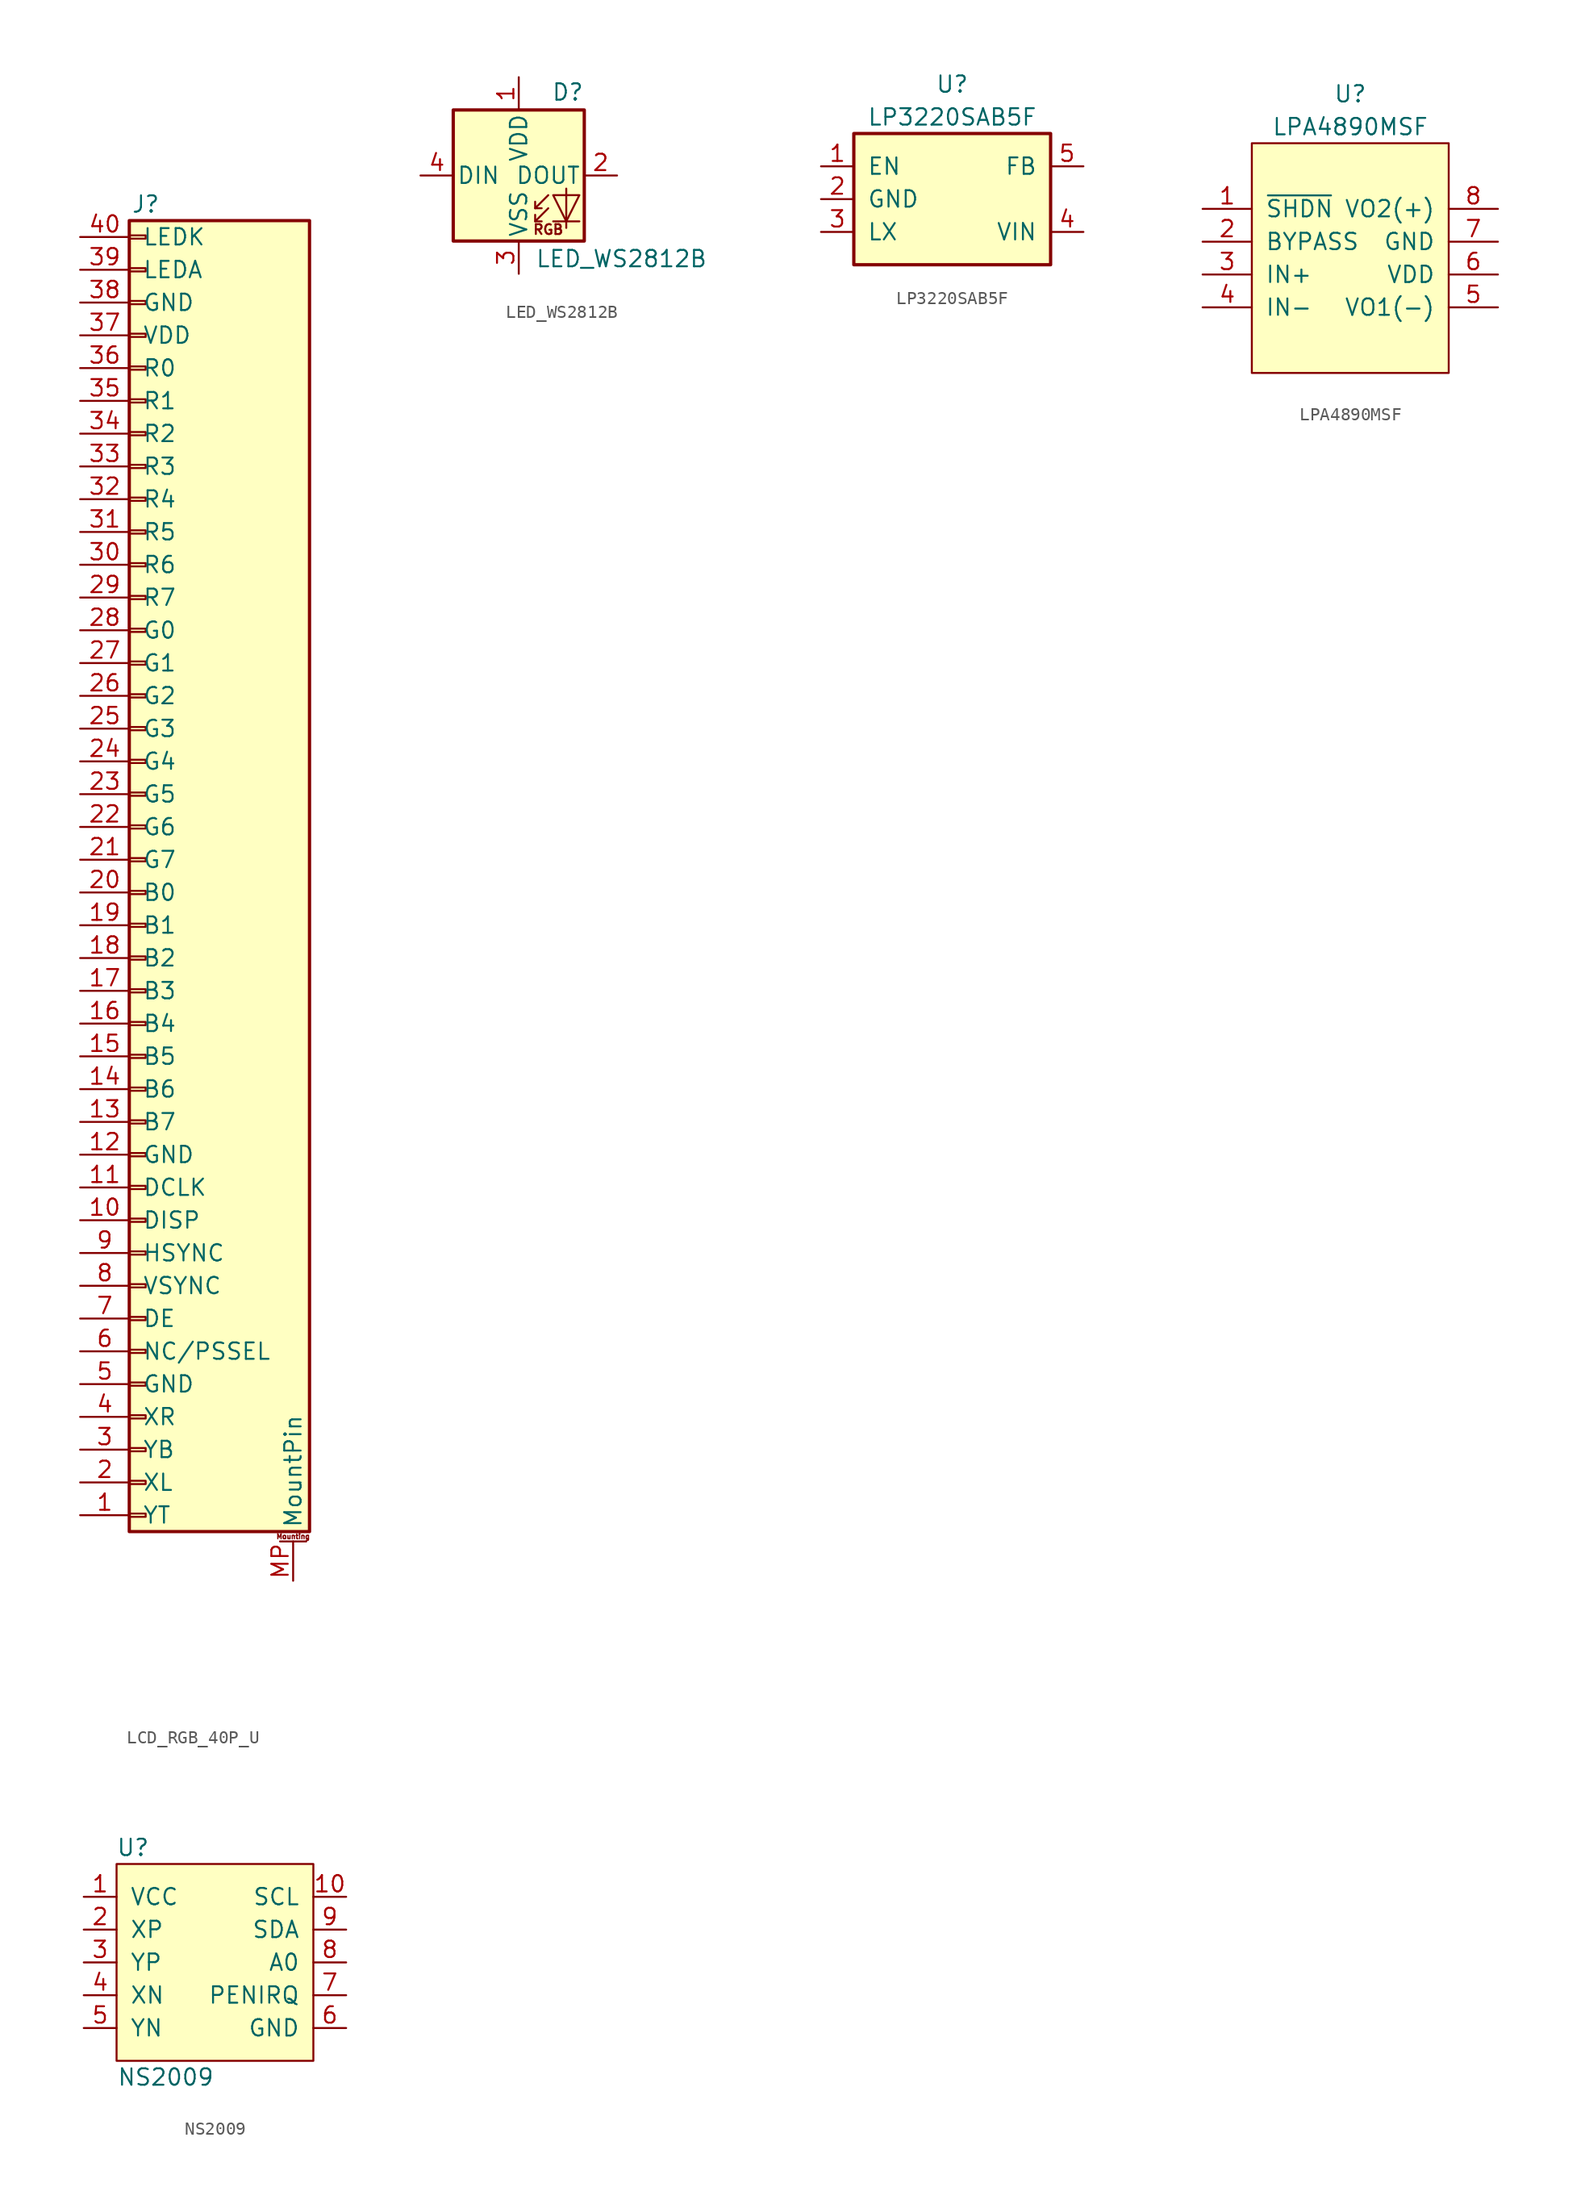
<source format=kicad_sym>
(kicad_symbol_lib
  (version 20210619)
  (generator kicad_symbol_editor)
  (symbol "0_MyLib:LCD_RGB_40P_U"
    (pin_names
      (offset 1.016))
    (property "Reference" "J"
      (at 0 50.8 0)
      (effects (font (size 1.27 1.27))))
    (symbol "LCD_RGB_40P_U_1_1"
      (text "Mounting" (at 11.43 -52.451 0) (effects (font (size 0.381 0.381))))
      (rectangle (start -1.27 -50.673) (end 0 -50.927) (stroke (width 0.152)) (fill (type none)))
      (rectangle (start -1.27 -48.133) (end 0 -48.387) (stroke (width 0.152)) (fill (type none)))
      (rectangle (start -1.27 -45.593) (end 0 -45.847) (stroke (width 0.152)) (fill (type none)))
      (rectangle (start -1.27 -43.053) (end 0 -43.307) (stroke (width 0.152)) (fill (type none)))
      (rectangle (start -1.27 -40.513) (end 0 -40.767) (stroke (width 0.152)) (fill (type none)))
      (rectangle (start -1.27 -37.973) (end 0 -38.227) (stroke (width 0.152)) (fill (type none)))
      (rectangle (start -1.27 -35.433) (end 0 -35.687) (stroke (width 0.152)) (fill (type none)))
      (rectangle (start -1.27 -32.893) (end 0 -33.147) (stroke (width 0.152)) (fill (type none)))
      (rectangle (start -1.27 -30.353) (end 0 -30.607) (stroke (width 0.152)) (fill (type none)))
      (rectangle (start -1.27 -27.813) (end 0 -28.067) (stroke (width 0.152)) (fill (type none)))
      (rectangle (start -1.27 -25.273) (end 0 -25.527) (stroke (width 0.152)) (fill (type none)))
      (rectangle (start -1.27 -22.733) (end 0 -22.987) (stroke (width 0.152)) (fill (type none)))
      (rectangle (start -1.27 -20.193) (end 0 -20.447) (stroke (width 0.152)) (fill (type none)))
      (rectangle (start -1.27 -17.653) (end 0 -17.907) (stroke (width 0.152)) (fill (type none)))
      (rectangle (start -1.27 -15.113) (end 0 -15.367) (stroke (width 0.152)) (fill (type none)))
      (rectangle (start -1.27 -12.573) (end 0 -12.827) (stroke (width 0.152)) (fill (type none)))
      (rectangle (start -1.27 -10.033) (end 0 -10.287) (stroke (width 0.152)) (fill (type none)))
      (rectangle (start -1.27 -7.493) (end 0 -7.747) (stroke (width 0.152)) (fill (type none)))
      (rectangle (start -1.27 -4.953) (end 0 -5.207) (stroke (width 0.152)) (fill (type none)))
      (rectangle (start -1.27 -2.413) (end 0 -2.667) (stroke (width 0.152)) (fill (type none)))
      (rectangle (start -1.27 0.127) (end 0 -0.127) (stroke (width 0.152)) (fill (type none)))
      (rectangle (start -1.27 2.667) (end 0 2.413) (stroke (width 0.152)) (fill (type none)))
      (rectangle (start -1.27 5.207) (end 0 4.953) (stroke (width 0.152)) (fill (type none)))
      (rectangle (start -1.27 7.747) (end 0 7.493) (stroke (width 0.152)) (fill (type none)))
      (rectangle (start -1.27 10.287) (end 0 10.033) (stroke (width 0.152)) (fill (type none)))
      (rectangle (start -1.27 12.827) (end 0 12.573) (stroke (width 0.152)) (fill (type none)))
      (rectangle (start -1.27 15.367) (end 0 15.113) (stroke (width 0.152)) (fill (type none)))
      (rectangle (start -1.27 17.907) (end 0 17.653) (stroke (width 0.152)) (fill (type none)))
      (rectangle (start -1.27 20.447) (end 0 20.193) (stroke (width 0.152)) (fill (type none)))
      (rectangle (start -1.27 22.987) (end 0 22.733) (stroke (width 0.152)) (fill (type none)))
      (rectangle (start -1.27 25.527) (end 0 25.273) (stroke (width 0.152)) (fill (type none)))
      (rectangle (start -1.27 28.067) (end 0 27.813) (stroke (width 0.152)) (fill (type none)))
      (rectangle (start -1.27 30.607) (end 0 30.353) (stroke (width 0.152)) (fill (type none)))
      (rectangle (start -1.27 33.147) (end 0 32.893) (stroke (width 0.152)) (fill (type none)))
      (rectangle (start -1.27 35.687) (end 0 35.433) (stroke (width 0.152)) (fill (type none)))
      (rectangle (start -1.27 38.227) (end 0 37.973) (stroke (width 0.152)) (fill (type none)))
      (rectangle (start -1.27 40.767) (end 0 40.513) (stroke (width 0.152)) (fill (type none)))
      (rectangle (start -1.27 43.307) (end 0 43.053) (stroke (width 0.152)) (fill (type none)))
      (rectangle (start -1.27 45.847) (end 0 45.593) (stroke (width 0.152)) (fill (type none)))
      (rectangle (start -1.27 48.387) (end 0 48.133) (stroke (width 0.152)) (fill (type none)))
      (rectangle (start -1.27 49.53) (end 12.7 -52.07) (stroke (width 0.254)) (fill (type background)))
      (polyline (pts (xy 10.414 -52.832) (xy 12.446 -52.832)) (stroke (width 0.152)) (fill (type none)))
      (pin passive line (at -5.08 -50.8 0) (length 3.81) (name "YT" (effects (font (size 1.27 1.27)))) (number "1" (effects (font (size 1.27 1.27)))))
      (pin passive line (at -5.08 -27.94 0) (length 3.81) (name "DISP" (effects (font (size 1.27 1.27)))) (number "10" (effects (font (size 1.27 1.27)))))
      (pin passive line (at -5.08 -25.4 0) (length 3.81) (name "DCLK" (effects (font (size 1.27 1.27)))) (number "11" (effects (font (size 1.27 1.27)))))
      (pin passive line (at -5.08 -22.86 0) (length 3.81) (name "GND" (effects (font (size 1.27 1.27)))) (number "12" (effects (font (size 1.27 1.27)))))
      (pin passive line (at -5.08 -20.32 0) (length 3.81) (name "B7" (effects (font (size 1.27 1.27)))) (number "13" (effects (font (size 1.27 1.27)))))
      (pin passive line (at -5.08 -17.78 0) (length 3.81) (name "B6" (effects (font (size 1.27 1.27)))) (number "14" (effects (font (size 1.27 1.27)))))
      (pin passive line (at -5.08 -15.24 0) (length 3.81) (name "B5" (effects (font (size 1.27 1.27)))) (number "15" (effects (font (size 1.27 1.27)))))
      (pin passive line (at -5.08 -12.7 0) (length 3.81) (name "B4" (effects (font (size 1.27 1.27)))) (number "16" (effects (font (size 1.27 1.27)))))
      (pin passive line (at -5.08 -10.16 0) (length 3.81) (name "B3" (effects (font (size 1.27 1.27)))) (number "17" (effects (font (size 1.27 1.27)))))
      (pin passive line (at -5.08 -7.62 0) (length 3.81) (name "B2" (effects (font (size 1.27 1.27)))) (number "18" (effects (font (size 1.27 1.27)))))
      (pin passive line (at -5.08 -5.08 0) (length 3.81) (name "B1" (effects (font (size 1.27 1.27)))) (number "19" (effects (font (size 1.27 1.27)))))
      (pin passive line (at -5.08 -48.26 0) (length 3.81) (name "XL" (effects (font (size 1.27 1.27)))) (number "2" (effects (font (size 1.27 1.27)))))
      (pin passive line (at -5.08 -2.54 0) (length 3.81) (name "B0" (effects (font (size 1.27 1.27)))) (number "20" (effects (font (size 1.27 1.27)))))
      (pin passive line (at -5.08 0 0) (length 3.81) (name "G7" (effects (font (size 1.27 1.27)))) (number "21" (effects (font (size 1.27 1.27)))))
      (pin passive line (at -5.08 2.54 0) (length 3.81) (name "G6" (effects (font (size 1.27 1.27)))) (number "22" (effects (font (size 1.27 1.27)))))
      (pin passive line (at -5.08 5.08 0) (length 3.81) (name "G5" (effects (font (size 1.27 1.27)))) (number "23" (effects (font (size 1.27 1.27)))))
      (pin passive line (at -5.08 7.62 0) (length 3.81) (name "G4" (effects (font (size 1.27 1.27)))) (number "24" (effects (font (size 1.27 1.27)))))
      (pin passive line (at -5.08 10.16 0) (length 3.81) (name "G3" (effects (font (size 1.27 1.27)))) (number "25" (effects (font (size 1.27 1.27)))))
      (pin passive line (at -5.08 12.7 0) (length 3.81) (name "G2" (effects (font (size 1.27 1.27)))) (number "26" (effects (font (size 1.27 1.27)))))
      (pin passive line (at -5.08 15.24 0) (length 3.81) (name "G1" (effects (font (size 1.27 1.27)))) (number "27" (effects (font (size 1.27 1.27)))))
      (pin passive line (at -5.08 17.78 0) (length 3.81) (name "G0" (effects (font (size 1.27 1.27)))) (number "28" (effects (font (size 1.27 1.27)))))
      (pin passive line (at -5.08 20.32 0) (length 3.81) (name "R7" (effects (font (size 1.27 1.27)))) (number "29" (effects (font (size 1.27 1.27)))))
      (pin passive line (at -5.08 -45.72 0) (length 3.81) (name "YB" (effects (font (size 1.27 1.27)))) (number "3" (effects (font (size 1.27 1.27)))))
      (pin passive line (at -5.08 22.86 0) (length 3.81) (name "R6" (effects (font (size 1.27 1.27)))) (number "30" (effects (font (size 1.27 1.27)))))
      (pin passive line (at -5.08 25.4 0) (length 3.81) (name "R5" (effects (font (size 1.27 1.27)))) (number "31" (effects (font (size 1.27 1.27)))))
      (pin passive line (at -5.08 27.94 0) (length 3.81) (name "R4" (effects (font (size 1.27 1.27)))) (number "32" (effects (font (size 1.27 1.27)))))
      (pin passive line (at -5.08 30.48 0) (length 3.81) (name "R3" (effects (font (size 1.27 1.27)))) (number "33" (effects (font (size 1.27 1.27)))))
      (pin passive line (at -5.08 33.02 0) (length 3.81) (name "R2" (effects (font (size 1.27 1.27)))) (number "34" (effects (font (size 1.27 1.27)))))
      (pin passive line (at -5.08 35.56 0) (length 3.81) (name "R1" (effects (font (size 1.27 1.27)))) (number "35" (effects (font (size 1.27 1.27)))))
      (pin passive line (at -5.08 38.1 0) (length 3.81) (name "R0" (effects (font (size 1.27 1.27)))) (number "36" (effects (font (size 1.27 1.27)))))
      (pin passive line (at -5.08 40.64 0) (length 3.81) (name "VDD" (effects (font (size 1.27 1.27)))) (number "37" (effects (font (size 1.27 1.27)))))
      (pin passive line (at -5.08 43.18 0) (length 3.81) (name "GND" (effects (font (size 1.27 1.27)))) (number "38" (effects (font (size 1.27 1.27)))))
      (pin passive line (at -5.08 45.72 0) (length 3.81) (name "LEDA" (effects (font (size 1.27 1.27)))) (number "39" (effects (font (size 1.27 1.27)))))
      (pin passive line (at -5.08 -43.18 0) (length 3.81) (name "XR" (effects (font (size 1.27 1.27)))) (number "4" (effects (font (size 1.27 1.27)))))
      (pin passive line (at -5.08 48.26 0) (length 3.81) (name "LEDK" (effects (font (size 1.27 1.27)))) (number "40" (effects (font (size 1.27 1.27)))))
      (pin passive line (at -5.08 -40.64 0) (length 3.81) (name "GND" (effects (font (size 1.27 1.27)))) (number "5" (effects (font (size 1.27 1.27)))))
      (pin passive line (at -5.08 -38.1 0) (length 3.81) (name "NC/PSSEL" (effects (font (size 1.27 1.27)))) (number "6" (effects (font (size 1.27 1.27)))))
      (pin passive line (at -5.08 -35.56 0) (length 3.81) (name "DE" (effects (font (size 1.27 1.27)))) (number "7" (effects (font (size 1.27 1.27)))))
      (pin passive line (at -5.08 -33.02 0) (length 3.81) (name "VSYNC" (effects (font (size 1.27 1.27)))) (number "8" (effects (font (size 1.27 1.27)))))
      (pin passive line (at -5.08 -30.48 0) (length 3.81) (name "HSYNC" (effects (font (size 1.27 1.27)))) (number "9" (effects (font (size 1.27 1.27)))))
      (pin passive line (at 11.43 -55.88 90) (length 3.048) (name "MountPin" (effects (font (size 1.27 1.27)))) (number "MP" (effects (font (size 1.27 1.27)))))))
  (symbol "0_MyLib:LED_WS2812B"
    (pin_names
      (offset 0.254))
    (property "Reference" "D"
      (at 5.08 5.715 0)
      (effects (font (size 1.27 1.27)) (justify right bottom)))
    (property "Value" "LED_WS2812B"
      (at 1.27 -5.715 0)
      (effects (font (size 1.27 1.27)) (justify left top)))
    (symbol "LED_WS2812B_0_0"
      (text "RGB" (at 2.286 -4.191 0) (effects (font (size 0.762 0.762)))))
    (symbol "LED_WS2812B_0_1"
      (rectangle (start 5.08 5.08) (end -5.08 -5.08) (stroke (width 0.254)) (fill (type background)))
      (polyline (pts (xy 1.27 -3.556) (xy 1.778 -3.556)) (stroke (width 0)) (fill (type none)))
      (polyline (pts (xy 1.27 -2.54) (xy 1.778 -2.54)) (stroke (width 0)) (fill (type none)))
      (polyline (pts (xy 4.699 -3.556) (xy 2.667 -3.556)) (stroke (width 0)) (fill (type none)))
      (polyline (pts (xy 2.286 -2.54) (xy 1.27 -3.556) (xy 1.27 -3.048)) (stroke (width 0)) (fill (type none)))
      (polyline (pts (xy 2.286 -1.524) (xy 1.27 -2.54) (xy 1.27 -2.032)) (stroke (width 0)) (fill (type none)))
      (polyline (pts (xy 3.683 -1.016) (xy 3.683 -3.556) (xy 3.683 -4.064)) (stroke (width 0)) (fill (type none)))
      (polyline (pts (xy 4.699 -1.524) (xy 2.667 -1.524) (xy 3.683 -3.556) (xy 4.699 -1.524)) (stroke (width 0)) (fill (type none))))
    (symbol "LED_WS2812B_1_1"
      (pin power_in line (at 0 7.62 270) (length 2.54) (name "VDD" (effects (font (size 1.27 1.27)))) (number "1" (effects (font (size 1.27 1.27)))))
      (pin output line (at 7.62 0 180) (length 2.54) (name "DOUT" (effects (font (size 1.27 1.27)))) (number "2" (effects (font (size 1.27 1.27)))))
      (pin power_in line (at 0 -7.62 90) (length 2.54) (name "VSS" (effects (font (size 1.27 1.27)))) (number "3" (effects (font (size 1.27 1.27)))))
      (pin input line (at -7.62 0 0) (length 2.54) (name "DIN" (effects (font (size 1.27 1.27)))) (number "4" (effects (font (size 1.27 1.27)))))))
  (symbol "0_MyLib:LP3220SAB5F"
    (pin_names
      (offset 1.016))
    (property "Reference" "U"
      (at 0 8.89 0)
      (effects (font (size 1.27 1.27))))
    (property "Value" "LP3220SAB5F"
      (at 0 6.35 0)
      (effects (font (size 1.27 1.27))))
    (symbol "LP3220SAB5F_1_1"
      (rectangle (start -7.62 5.08) (end 7.62 -5.08) (stroke (width 0.254)) (fill (type background)))
      (pin input line (at -10.16 2.54 0) (length 2.54) (name "EN" (effects (font (size 1.27 1.27)))) (number "1" (effects (font (size 1.27 1.27)))))
      (pin power_in line (at -10.16 0 0) (length 2.54) (name "GND" (effects (font (size 1.27 1.27)))) (number "2" (effects (font (size 1.27 1.27)))))
      (pin power_out line (at -10.16 -2.54 0) (length 2.54) (name "LX" (effects (font (size 1.27 1.27)))) (number "3" (effects (font (size 1.27 1.27)))))
      (pin power_in line (at 10.16 -2.54 180) (length 2.54) (name "VIN" (effects (font (size 1.27 1.27)))) (number "4" (effects (font (size 1.27 1.27)))))
      (pin power_out line (at 10.16 2.54 180) (length 2.54) (name "FB" (effects (font (size 1.27 1.27)))) (number "5" (effects (font (size 1.27 1.27)))))))
  (symbol "0_MyLib:LPA4890MSF"
    (pin_names
      (offset 1.016))
    (property "Reference" "U"
      (at 0 12.7 0)
      (effects (font (size 1.27 1.27))))
    (property "Value" "LPA4890MSF"
      (at 0 10.16 0)
      (effects (font (size 1.27 1.27))))
    (symbol "LPA4890MSF_0_1"
      (rectangle (start -7.62 8.89) (end 7.62 -8.89) (stroke (width 0)) (fill (type background))))
    (symbol "LPA4890MSF_1_1"
      (pin passive line (at -11.43 3.81 0) (length 3.81) (name "~{SHDN}" (effects (font (size 1.27 1.27)))) (number "1" (effects (font (size 1.27 1.27)))))
      (pin passive line (at -11.43 1.27 0) (length 3.81) (name "BYPASS" (effects (font (size 1.27 1.27)))) (number "2" (effects (font (size 1.27 1.27)))))
      (pin passive line (at -11.43 -1.27 0) (length 3.81) (name "IN+" (effects (font (size 1.27 1.27)))) (number "3" (effects (font (size 1.27 1.27)))))
      (pin passive line (at -11.43 -3.81 0) (length 3.81) (name "IN-" (effects (font (size 1.27 1.27)))) (number "4" (effects (font (size 1.27 1.27)))))
      (pin passive line (at 11.43 -3.81 180) (length 3.81) (name "VO1(-)" (effects (font (size 1.27 1.27)))) (number "5" (effects (font (size 1.27 1.27)))))
      (pin passive line (at 11.43 -1.27 180) (length 3.81) (name "VDD" (effects (font (size 1.27 1.27)))) (number "6" (effects (font (size 1.27 1.27)))))
      (pin passive line (at 11.43 1.27 180) (length 3.81) (name "GND" (effects (font (size 1.27 1.27)))) (number "7" (effects (font (size 1.27 1.27)))))
      (pin passive line (at 11.43 3.81 180) (length 3.81) (name "VO2(+)" (effects (font (size 1.27 1.27)))) (number "8" (effects (font (size 1.27 1.27)))))))
  (symbol "0_MyLib:NS2009"
    (pin_names
      (offset 1.016))
    (property "Reference" "U"
      (at -6.35 8.89 0)
      (effects (font (size 1.27 1.27))))
    (property "Value" "NS2009"
      (at -3.81 -8.89 0)
      (effects (font (size 1.27 1.27))))
    (symbol "NS2009_0_1"
      (polyline (pts (xy -7.62 7.62) (xy 7.62 7.62) (xy 7.62 -7.62) (xy -7.62 -7.62) (xy -7.62 7.62)) (stroke (width 0)) (fill (type background))))
    (symbol "NS2009_1_1"
      (pin input line (at -10.16 5.08 0) (length 2.54) (name "VCC" (effects (font (size 1.27 1.27)))) (number "1" (effects (font (size 1.27 1.27)))))
      (pin input line (at 10.16 5.08 180) (length 2.54) (name "SCL" (effects (font (size 1.27 1.27)))) (number "10" (effects (font (size 1.27 1.27)))))
      (pin input line (at -10.16 2.54 0) (length 2.54) (name "XP" (effects (font (size 1.27 1.27)))) (number "2" (effects (font (size 1.27 1.27)))))
      (pin input line (at -10.16 0 0) (length 2.54) (name "YP" (effects (font (size 1.27 1.27)))) (number "3" (effects (font (size 1.27 1.27)))))
      (pin input line (at -10.16 -2.54 0) (length 2.54) (name "XN" (effects (font (size 1.27 1.27)))) (number "4" (effects (font (size 1.27 1.27)))))
      (pin input line (at -10.16 -5.08 0) (length 2.54) (name "YN" (effects (font (size 1.27 1.27)))) (number "5" (effects (font (size 1.27 1.27)))))
      (pin input line (at 10.16 -5.08 180) (length 2.54) (name "GND" (effects (font (size 1.27 1.27)))) (number "6" (effects (font (size 1.27 1.27)))))
      (pin input line (at 10.16 -2.54 180) (length 2.54) (name "PENIRQ" (effects (font (size 1.27 1.27)))) (number "7" (effects (font (size 1.27 1.27)))))
      (pin input line (at 10.16 0 180) (length 2.54) (name "A0" (effects (font (size 1.27 1.27)))) (number "8" (effects (font (size 1.27 1.27)))))
      (pin input line (at 10.16 2.54 180) (length 2.54) (name "SDA" (effects (font (size 1.27 1.27)))) (number "9" (effects (font (size 1.27 1.27))))))))
</source>
